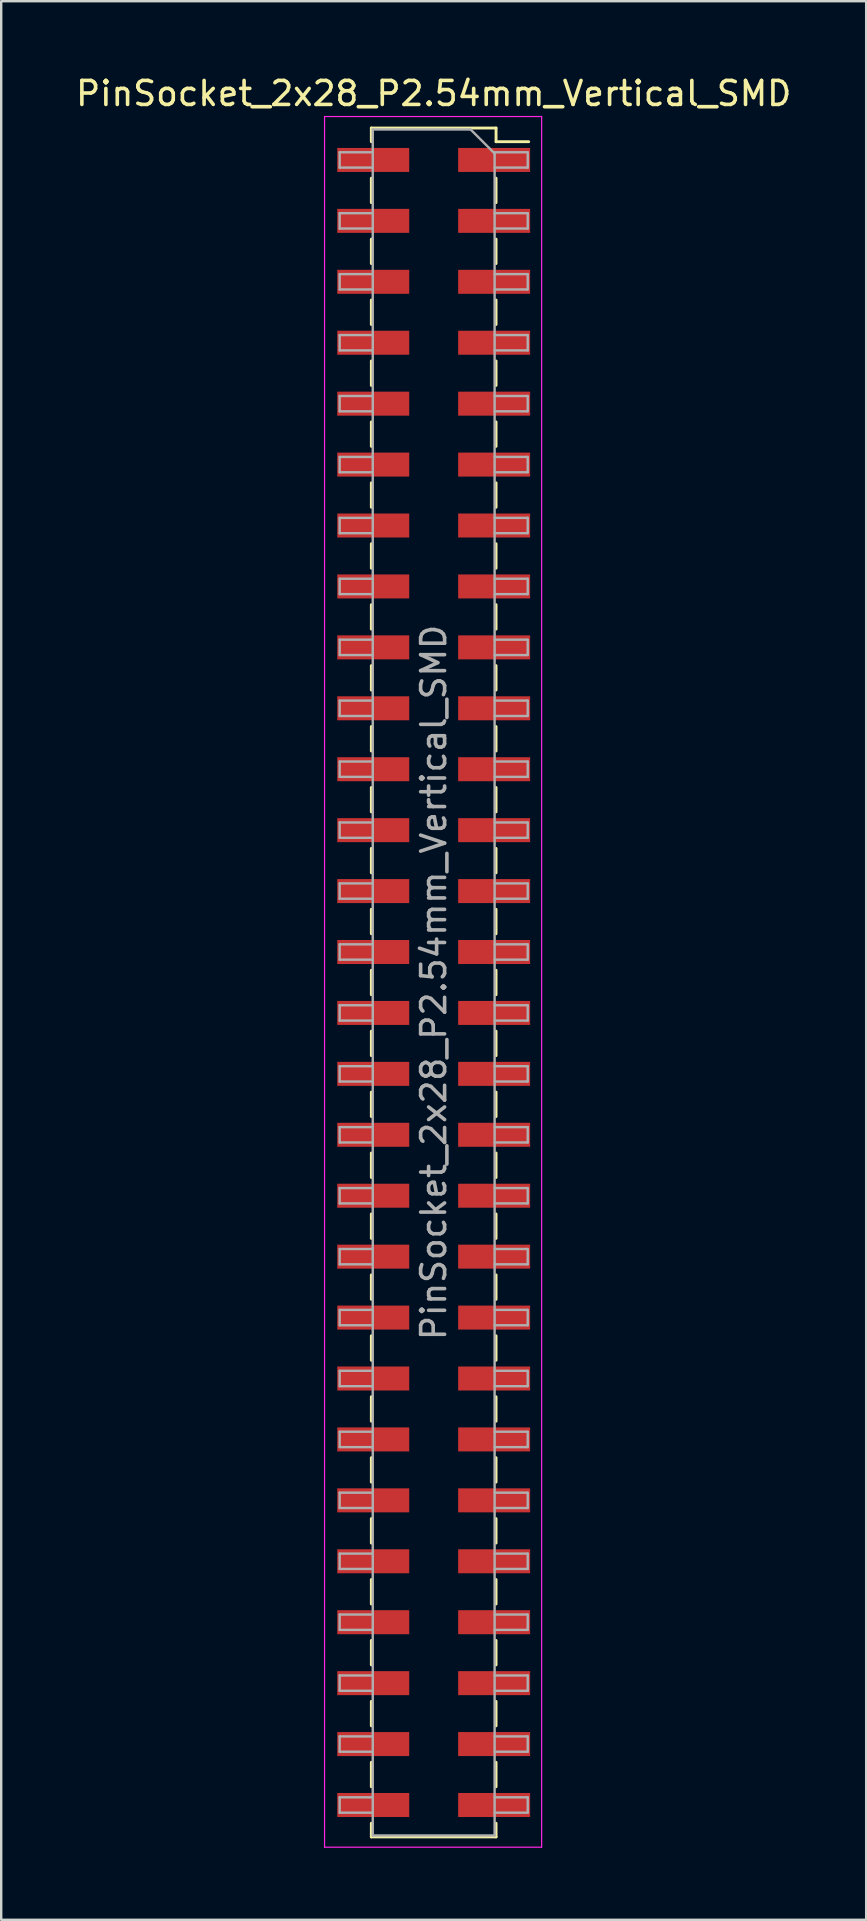
<source format=kicad_pcb>
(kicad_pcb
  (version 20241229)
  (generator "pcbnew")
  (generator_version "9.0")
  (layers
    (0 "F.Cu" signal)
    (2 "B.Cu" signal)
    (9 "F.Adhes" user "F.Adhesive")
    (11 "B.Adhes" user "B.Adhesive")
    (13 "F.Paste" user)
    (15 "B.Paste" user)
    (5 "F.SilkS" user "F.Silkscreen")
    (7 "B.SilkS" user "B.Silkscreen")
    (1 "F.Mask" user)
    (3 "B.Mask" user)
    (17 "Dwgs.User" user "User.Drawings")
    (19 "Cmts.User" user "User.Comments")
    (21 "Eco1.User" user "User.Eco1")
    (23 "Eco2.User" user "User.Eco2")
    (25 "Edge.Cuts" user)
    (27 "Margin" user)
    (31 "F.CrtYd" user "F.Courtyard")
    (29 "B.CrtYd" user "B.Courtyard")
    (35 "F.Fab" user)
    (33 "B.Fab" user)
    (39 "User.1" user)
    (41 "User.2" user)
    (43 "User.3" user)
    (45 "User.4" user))
  (footprint "PinSocket_2x28_P2.54mm_Vertical_SMD"
    (layer "F.Cu")
    (at 15.03 37.908)
    (property "Reference" "PinSocket_2x28_P2.54mm_Vertical_SMD" (at 0 -37.06 0) (layer "F.SilkS") (effects (font (size 1 1) (thickness 0.15))))
    (attr smd)
    (fp_line (start -2.6 -35.62) (end -2.6 -35.05) (stroke (width 0.12) (type solid)) (layer "F.SilkS"))
    (fp_line (start -2.6 -35.62) (end 2.6 -35.62) (stroke (width 0.12) (type solid)) (layer "F.SilkS"))
    (fp_line (start -2.6 -33.53) (end -2.6 -32.51) (stroke (width 0.12) (type solid)) (layer "F.SilkS"))
    (fp_line (start -2.6 -30.99) (end -2.6 -29.97) (stroke (width 0.12) (type solid)) (layer "F.SilkS"))
    (fp_line (start -2.6 -28.45) (end -2.6 -27.43) (stroke (width 0.12) (type solid)) (layer "F.SilkS"))
    (fp_line (start -2.6 -25.91) (end -2.6 -24.89) (stroke (width 0.12) (type solid)) (layer "F.SilkS"))
    (fp_line (start -2.6 -23.37) (end -2.6 -22.35) (stroke (width 0.12) (type solid)) (layer "F.SilkS"))
    (fp_line (start -2.6 -20.83) (end -2.6 -19.81) (stroke (width 0.12) (type solid)) (layer "F.SilkS"))
    (fp_line (start -2.6 -18.29) (end -2.6 -17.27) (stroke (width 0.12) (type solid)) (layer "F.SilkS"))
    (fp_line (start -2.6 -15.75) (end -2.6 -14.73) (stroke (width 0.12) (type solid)) (layer "F.SilkS"))
    (fp_line (start -2.6 -13.21) (end -2.6 -12.19) (stroke (width 0.12) (type solid)) (layer "F.SilkS"))
    (fp_line (start -2.6 -10.67) (end -2.6 -9.65) (stroke (width 0.12) (type solid)) (layer "F.SilkS"))
    (fp_line (start -2.6 -8.13) (end -2.6 -7.11) (stroke (width 0.12) (type solid)) (layer "F.SilkS"))
    (fp_line (start -2.6 -5.59) (end -2.6 -4.57) (stroke (width 0.12) (type solid)) (layer "F.SilkS"))
    (fp_line (start -2.6 -3.05) (end -2.6 -2.03) (stroke (width 0.12) (type solid)) (layer "F.SilkS"))
    (fp_line (start -2.6 -0.51) (end -2.6 0.51) (stroke (width 0.12) (type solid)) (layer "F.SilkS"))
    (fp_line (start -2.6 2.03) (end -2.6 3.05) (stroke (width 0.12) (type solid)) (layer "F.SilkS"))
    (fp_line (start -2.6 4.57) (end -2.6 5.59) (stroke (width 0.12) (type solid)) (layer "F.SilkS"))
    (fp_line (start -2.6 7.11) (end -2.6 8.13) (stroke (width 0.12) (type solid)) (layer "F.SilkS"))
    (fp_line (start -2.6 9.65) (end -2.6 10.67) (stroke (width 0.12) (type solid)) (layer "F.SilkS"))
    (fp_line (start -2.6 12.19) (end -2.6 13.21) (stroke (width 0.12) (type solid)) (layer "F.SilkS"))
    (fp_line (start -2.6 14.73) (end -2.6 15.75) (stroke (width 0.12) (type solid)) (layer "F.SilkS"))
    (fp_line (start -2.6 17.27) (end -2.6 18.29) (stroke (width 0.12) (type solid)) (layer "F.SilkS"))
    (fp_line (start -2.6 19.81) (end -2.6 20.83) (stroke (width 0.12) (type solid)) (layer "F.SilkS"))
    (fp_line (start -2.6 22.35) (end -2.6 23.37) (stroke (width 0.12) (type solid)) (layer "F.SilkS"))
    (fp_line (start -2.6 24.89) (end -2.6 25.91) (stroke (width 0.12) (type solid)) (layer "F.SilkS"))
    (fp_line (start -2.6 27.43) (end -2.6 28.45) (stroke (width 0.12) (type solid)) (layer "F.SilkS"))
    (fp_line (start -2.6 29.97) (end -2.6 30.99) (stroke (width 0.12) (type solid)) (layer "F.SilkS"))
    (fp_line (start -2.6 32.51) (end -2.6 33.53) (stroke (width 0.12) (type solid)) (layer "F.SilkS"))
    (fp_line (start -2.6 35.05) (end -2.6 35.62) (stroke (width 0.12) (type solid)) (layer "F.SilkS"))
    (fp_line (start -2.6 35.62) (end 2.6 35.62) (stroke (width 0.12) (type solid)) (layer "F.SilkS"))
    (fp_line (start 2.6 -35.62) (end 2.6 -35.05) (stroke (width 0.12) (type solid)) (layer "F.SilkS"))
    (fp_line (start 2.6 -35.05) (end 3.96 -35.05) (stroke (width 0.12) (type solid)) (layer "F.SilkS"))
    (fp_line (start 2.6 -33.53) (end 2.6 -32.51) (stroke (width 0.12) (type solid)) (layer "F.SilkS"))
    (fp_line (start 2.6 -30.99) (end 2.6 -29.97) (stroke (width 0.12) (type solid)) (layer "F.SilkS"))
    (fp_line (start 2.6 -28.45) (end 2.6 -27.43) (stroke (width 0.12) (type solid)) (layer "F.SilkS"))
    (fp_line (start 2.6 -25.91) (end 2.6 -24.89) (stroke (width 0.12) (type solid)) (layer "F.SilkS"))
    (fp_line (start 2.6 -23.37) (end 2.6 -22.35) (stroke (width 0.12) (type solid)) (layer "F.SilkS"))
    (fp_line (start 2.6 -20.83) (end 2.6 -19.81) (stroke (width 0.12) (type solid)) (layer "F.SilkS"))
    (fp_line (start 2.6 -18.29) (end 2.6 -17.27) (stroke (width 0.12) (type solid)) (layer "F.SilkS"))
    (fp_line (start 2.6 -15.75) (end 2.6 -14.73) (stroke (width 0.12) (type solid)) (layer "F.SilkS"))
    (fp_line (start 2.6 -13.21) (end 2.6 -12.19) (stroke (width 0.12) (type solid)) (layer "F.SilkS"))
    (fp_line (start 2.6 -10.67) (end 2.6 -9.65) (stroke (width 0.12) (type solid)) (layer "F.SilkS"))
    (fp_line (start 2.6 -8.13) (end 2.6 -7.11) (stroke (width 0.12) (type solid)) (layer "F.SilkS"))
    (fp_line (start 2.6 -5.59) (end 2.6 -4.57) (stroke (width 0.12) (type solid)) (layer "F.SilkS"))
    (fp_line (start 2.6 -3.05) (end 2.6 -2.03) (stroke (width 0.12) (type solid)) (layer "F.SilkS"))
    (fp_line (start 2.6 -0.51) (end 2.6 0.51) (stroke (width 0.12) (type solid)) (layer "F.SilkS"))
    (fp_line (start 2.6 2.03) (end 2.6 3.05) (stroke (width 0.12) (type solid)) (layer "F.SilkS"))
    (fp_line (start 2.6 4.57) (end 2.6 5.59) (stroke (width 0.12) (type solid)) (layer "F.SilkS"))
    (fp_line (start 2.6 7.11) (end 2.6 8.13) (stroke (width 0.12) (type solid)) (layer "F.SilkS"))
    (fp_line (start 2.6 9.65) (end 2.6 10.67) (stroke (width 0.12) (type solid)) (layer "F.SilkS"))
    (fp_line (start 2.6 12.19) (end 2.6 13.21) (stroke (width 0.12) (type solid)) (layer "F.SilkS"))
    (fp_line (start 2.6 14.73) (end 2.6 15.75) (stroke (width 0.12) (type solid)) (layer "F.SilkS"))
    (fp_line (start 2.6 17.27) (end 2.6 18.29) (stroke (width 0.12) (type solid)) (layer "F.SilkS"))
    (fp_line (start 2.6 19.81) (end 2.6 20.83) (stroke (width 0.12) (type solid)) (layer "F.SilkS"))
    (fp_line (start 2.6 22.35) (end 2.6 23.37) (stroke (width 0.12) (type solid)) (layer "F.SilkS"))
    (fp_line (start 2.6 24.89) (end 2.6 25.91) (stroke (width 0.12) (type solid)) (layer "F.SilkS"))
    (fp_line (start 2.6 27.43) (end 2.6 28.45) (stroke (width 0.12) (type solid)) (layer "F.SilkS"))
    (fp_line (start 2.6 29.97) (end 2.6 30.99) (stroke (width 0.12) (type solid)) (layer "F.SilkS"))
    (fp_line (start 2.6 32.51) (end 2.6 33.53) (stroke (width 0.12) (type solid)) (layer "F.SilkS"))
    (fp_line (start 2.6 35.05) (end 2.6 35.62) (stroke (width 0.12) (type solid)) (layer "F.SilkS"))
    (fp_line (start -4.55 -36.1) (end 4.5 -36.1) (stroke (width 0.05) (type solid)) (layer "F.CrtYd"))
    (fp_line (start -4.55 36.05) (end -4.55 -36.1) (stroke (width 0.05) (type solid)) (layer "F.CrtYd"))
    (fp_line (start 4.5 -36.1) (end 4.5 36.05) (stroke (width 0.05) (type solid)) (layer "F.CrtYd"))
    (fp_line (start 4.5 36.05) (end -4.55 36.05) (stroke (width 0.05) (type solid)) (layer "F.CrtYd"))
    (fp_line (start -3.92 -34.61) (end -2.54 -34.61) (stroke (width 0.1) (type solid)) (layer "F.Fab"))
    (fp_line (start -3.92 -33.97) (end -3.92 -34.61) (stroke (width 0.1) (type solid)) (layer "F.Fab"))
    (fp_line (start -3.92 -32.07) (end -2.54 -32.07) (stroke (width 0.1) (type solid)) (layer "F.Fab"))
    (fp_line (start -3.92 -31.43) (end -3.92 -32.07) (stroke (width 0.1) (type solid)) (layer "F.Fab"))
    (fp_line (start -3.92 -29.53) (end -2.54 -29.53) (stroke (width 0.1) (type solid)) (layer "F.Fab"))
    (fp_line (start -3.92 -28.89) (end -3.92 -29.53) (stroke (width 0.1) (type solid)) (layer "F.Fab"))
    (fp_line (start -3.92 -26.99) (end -2.54 -26.99) (stroke (width 0.1) (type solid)) (layer "F.Fab"))
    (fp_line (start -3.92 -26.35) (end -3.92 -26.99) (stroke (width 0.1) (type solid)) (layer "F.Fab"))
    (fp_line (start -3.92 -24.45) (end -2.54 -24.45) (stroke (width 0.1) (type solid)) (layer "F.Fab"))
    (fp_line (start -3.92 -23.81) (end -3.92 -24.45) (stroke (width 0.1) (type solid)) (layer "F.Fab"))
    (fp_line (start -3.92 -21.91) (end -2.54 -21.91) (stroke (width 0.1) (type solid)) (layer "F.Fab"))
    (fp_line (start -3.92 -21.27) (end -3.92 -21.91) (stroke (width 0.1) (type solid)) (layer "F.Fab"))
    (fp_line (start -3.92 -19.37) (end -2.54 -19.37) (stroke (width 0.1) (type solid)) (layer "F.Fab"))
    (fp_line (start -3.92 -18.73) (end -3.92 -19.37) (stroke (width 0.1) (type solid)) (layer "F.Fab"))
    (fp_line (start -3.92 -16.83) (end -2.54 -16.83) (stroke (width 0.1) (type solid)) (layer "F.Fab"))
    (fp_line (start -3.92 -16.19) (end -3.92 -16.83) (stroke (width 0.1) (type solid)) (layer "F.Fab"))
    (fp_line (start -3.92 -14.29) (end -2.54 -14.29) (stroke (width 0.1) (type solid)) (layer "F.Fab"))
    (fp_line (start -3.92 -13.65) (end -3.92 -14.29) (stroke (width 0.1) (type solid)) (layer "F.Fab"))
    (fp_line (start -3.92 -11.75) (end -2.54 -11.75) (stroke (width 0.1) (type solid)) (layer "F.Fab"))
    (fp_line (start -3.92 -11.11) (end -3.92 -11.75) (stroke (width 0.1) (type solid)) (layer "F.Fab"))
    (fp_line (start -3.92 -9.21) (end -2.54 -9.21) (stroke (width 0.1) (type solid)) (layer "F.Fab"))
    (fp_line (start -3.92 -8.57) (end -3.92 -9.21) (stroke (width 0.1) (type solid)) (layer "F.Fab"))
    (fp_line (start -3.92 -6.67) (end -2.54 -6.67) (stroke (width 0.1) (type solid)) (layer "F.Fab"))
    (fp_line (start -3.92 -6.03) (end -3.92 -6.67) (stroke (width 0.1) (type solid)) (layer "F.Fab"))
    (fp_line (start -3.92 -4.13) (end -2.54 -4.13) (stroke (width 0.1) (type solid)) (layer "F.Fab"))
    (fp_line (start -3.92 -3.49) (end -3.92 -4.13) (stroke (width 0.1) (type solid)) (layer "F.Fab"))
    (fp_line (start -3.92 -1.59) (end -2.54 -1.59) (stroke (width 0.1) (type solid)) (layer "F.Fab"))
    (fp_line (start -3.92 -0.95) (end -3.92 -1.59) (stroke (width 0.1) (type solid)) (layer "F.Fab"))
    (fp_line (start -3.92 0.95) (end -2.54 0.95) (stroke (width 0.1) (type solid)) (layer "F.Fab"))
    (fp_line (start -3.92 1.59) (end -3.92 0.95) (stroke (width 0.1) (type solid)) (layer "F.Fab"))
    (fp_line (start -3.92 3.49) (end -2.54 3.49) (stroke (width 0.1) (type solid)) (layer "F.Fab"))
    (fp_line (start -3.92 4.13) (end -3.92 3.49) (stroke (width 0.1) (type solid)) (layer "F.Fab"))
    (fp_line (start -3.92 6.03) (end -2.54 6.03) (stroke (width 0.1) (type solid)) (layer "F.Fab"))
    (fp_line (start -3.92 6.67) (end -3.92 6.03) (stroke (width 0.1) (type solid)) (layer "F.Fab"))
    (fp_line (start -3.92 8.57) (end -2.54 8.57) (stroke (width 0.1) (type solid)) (layer "F.Fab"))
    (fp_line (start -3.92 9.21) (end -3.92 8.57) (stroke (width 0.1) (type solid)) (layer "F.Fab"))
    (fp_line (start -3.92 11.11) (end -2.54 11.11) (stroke (width 0.1) (type solid)) (layer "F.Fab"))
    (fp_line (start -3.92 11.75) (end -3.92 11.11) (stroke (width 0.1) (type solid)) (layer "F.Fab"))
    (fp_line (start -3.92 13.65) (end -2.54 13.65) (stroke (width 0.1) (type solid)) (layer "F.Fab"))
    (fp_line (start -3.92 14.29) (end -3.92 13.65) (stroke (width 0.1) (type solid)) (layer "F.Fab"))
    (fp_line (start -3.92 16.19) (end -2.54 16.19) (stroke (width 0.1) (type solid)) (layer "F.Fab"))
    (fp_line (start -3.92 16.83) (end -3.92 16.19) (stroke (width 0.1) (type solid)) (layer "F.Fab"))
    (fp_line (start -3.92 18.73) (end -2.54 18.73) (stroke (width 0.1) (type solid)) (layer "F.Fab"))
    (fp_line (start -3.92 19.37) (end -3.92 18.73) (stroke (width 0.1) (type solid)) (layer "F.Fab"))
    (fp_line (start -3.92 21.27) (end -2.54 21.27) (stroke (width 0.1) (type solid)) (layer "F.Fab"))
    (fp_line (start -3.92 21.91) (end -3.92 21.27) (stroke (width 0.1) (type solid)) (layer "F.Fab"))
    (fp_line (start -3.92 23.81) (end -2.54 23.81) (stroke (width 0.1) (type solid)) (layer "F.Fab"))
    (fp_line (start -3.92 24.45) (end -3.92 23.81) (stroke (width 0.1) (type solid)) (layer "F.Fab"))
    (fp_line (start -3.92 26.35) (end -2.54 26.35) (stroke (width 0.1) (type solid)) (layer "F.Fab"))
    (fp_line (start -3.92 26.99) (end -3.92 26.35) (stroke (width 0.1) (type solid)) (layer "F.Fab"))
    (fp_line (start -3.92 28.89) (end -2.54 28.89) (stroke (width 0.1) (type solid)) (layer "F.Fab"))
    (fp_line (start -3.92 29.53) (end -3.92 28.89) (stroke (width 0.1) (type solid)) (layer "F.Fab"))
    (fp_line (start -3.92 31.43) (end -2.54 31.43) (stroke (width 0.1) (type solid)) (layer "F.Fab"))
    (fp_line (start -3.92 32.07) (end -3.92 31.43) (stroke (width 0.1) (type solid)) (layer "F.Fab"))
    (fp_line (start -3.92 33.97) (end -2.54 33.97) (stroke (width 0.1) (type solid)) (layer "F.Fab"))
    (fp_line (start -3.92 34.61) (end -3.92 33.97) (stroke (width 0.1) (type solid)) (layer "F.Fab"))
    (fp_line (start -2.54 -35.56) (end 1.54 -35.56) (stroke (width 0.1) (type solid)) (layer "F.Fab"))
    (fp_line (start -2.54 -33.97) (end -3.92 -33.97) (stroke (width 0.1) (type solid)) (layer "F.Fab"))
    (fp_line (start -2.54 -31.43) (end -3.92 -31.43) (stroke (width 0.1) (type solid)) (layer "F.Fab"))
    (fp_line (start -2.54 -28.89) (end -3.92 -28.89) (stroke (width 0.1) (type solid)) (layer "F.Fab"))
    (fp_line (start -2.54 -26.35) (end -3.92 -26.35) (stroke (width 0.1) (type solid)) (layer "F.Fab"))
    (fp_line (start -2.54 -23.81) (end -3.92 -23.81) (stroke (width 0.1) (type solid)) (layer "F.Fab"))
    (fp_line (start -2.54 -21.27) (end -3.92 -21.27) (stroke (width 0.1) (type solid)) (layer "F.Fab"))
    (fp_line (start -2.54 -18.73) (end -3.92 -18.73) (stroke (width 0.1) (type solid)) (layer "F.Fab"))
    (fp_line (start -2.54 -16.19) (end -3.92 -16.19) (stroke (width 0.1) (type solid)) (layer "F.Fab"))
    (fp_line (start -2.54 -13.65) (end -3.92 -13.65) (stroke (width 0.1) (type solid)) (layer "F.Fab"))
    (fp_line (start -2.54 -11.11) (end -3.92 -11.11) (stroke (width 0.1) (type solid)) (layer "F.Fab"))
    (fp_line (start -2.54 -8.57) (end -3.92 -8.57) (stroke (width 0.1) (type solid)) (layer "F.Fab"))
    (fp_line (start -2.54 -6.03) (end -3.92 -6.03) (stroke (width 0.1) (type solid)) (layer "F.Fab"))
    (fp_line (start -2.54 -3.49) (end -3.92 -3.49) (stroke (width 0.1) (type solid)) (layer "F.Fab"))
    (fp_line (start -2.54 -0.95) (end -3.92 -0.95) (stroke (width 0.1) (type solid)) (layer "F.Fab"))
    (fp_line (start -2.54 1.59) (end -3.92 1.59) (stroke (width 0.1) (type solid)) (layer "F.Fab"))
    (fp_line (start -2.54 4.13) (end -3.92 4.13) (stroke (width 0.1) (type solid)) (layer "F.Fab"))
    (fp_line (start -2.54 6.67) (end -3.92 6.67) (stroke (width 0.1) (type solid)) (layer "F.Fab"))
    (fp_line (start -2.54 9.21) (end -3.92 9.21) (stroke (width 0.1) (type solid)) (layer "F.Fab"))
    (fp_line (start -2.54 11.75) (end -3.92 11.75) (stroke (width 0.1) (type solid)) (layer "F.Fab"))
    (fp_line (start -2.54 14.29) (end -3.92 14.29) (stroke (width 0.1) (type solid)) (layer "F.Fab"))
    (fp_line (start -2.54 16.83) (end -3.92 16.83) (stroke (width 0.1) (type solid)) (layer "F.Fab"))
    (fp_line (start -2.54 19.37) (end -3.92 19.37) (stroke (width 0.1) (type solid)) (layer "F.Fab"))
    (fp_line (start -2.54 21.91) (end -3.92 21.91) (stroke (width 0.1) (type solid)) (layer "F.Fab"))
    (fp_line (start -2.54 24.45) (end -3.92 24.45) (stroke (width 0.1) (type solid)) (layer "F.Fab"))
    (fp_line (start -2.54 26.99) (end -3.92 26.99) (stroke (width 0.1) (type solid)) (layer "F.Fab"))
    (fp_line (start -2.54 29.53) (end -3.92 29.53) (stroke (width 0.1) (type solid)) (layer "F.Fab"))
    (fp_line (start -2.54 32.07) (end -3.92 32.07) (stroke (width 0.1) (type solid)) (layer "F.Fab"))
    (fp_line (start -2.54 34.61) (end -3.92 34.61) (stroke (width 0.1) (type solid)) (layer "F.Fab"))
    (fp_line (start -2.54 35.56) (end -2.54 -35.56) (stroke (width 0.1) (type solid)) (layer "F.Fab"))
    (fp_line (start 1.54 -35.56) (end 2.54 -34.56) (stroke (width 0.1) (type solid)) (layer "F.Fab"))
    (fp_line (start 2.54 -34.61) (end 3.92 -34.61) (stroke (width 0.1) (type solid)) (layer "F.Fab"))
    (fp_line (start 2.54 -34.56) (end 2.54 35.56) (stroke (width 0.1) (type solid)) (layer "F.Fab"))
    (fp_line (start 2.54 -32.07) (end 3.92 -32.07) (stroke (width 0.1) (type solid)) (layer "F.Fab"))
    (fp_line (start 2.54 -29.53) (end 3.92 -29.53) (stroke (width 0.1) (type solid)) (layer "F.Fab"))
    (fp_line (start 2.54 -26.99) (end 3.92 -26.99) (stroke (width 0.1) (type solid)) (layer "F.Fab"))
    (fp_line (start 2.54 -24.45) (end 3.92 -24.45) (stroke (width 0.1) (type solid)) (layer "F.Fab"))
    (fp_line (start 2.54 -21.91) (end 3.92 -21.91) (stroke (width 0.1) (type solid)) (layer "F.Fab"))
    (fp_line (start 2.54 -19.37) (end 3.92 -19.37) (stroke (width 0.1) (type solid)) (layer "F.Fab"))
    (fp_line (start 2.54 -16.83) (end 3.92 -16.83) (stroke (width 0.1) (type solid)) (layer "F.Fab"))
    (fp_line (start 2.54 -14.29) (end 3.92 -14.29) (stroke (width 0.1) (type solid)) (layer "F.Fab"))
    (fp_line (start 2.54 -11.75) (end 3.92 -11.75) (stroke (width 0.1) (type solid)) (layer "F.Fab"))
    (fp_line (start 2.54 -9.21) (end 3.92 -9.21) (stroke (width 0.1) (type solid)) (layer "F.Fab"))
    (fp_line (start 2.54 -6.67) (end 3.92 -6.67) (stroke (width 0.1) (type solid)) (layer "F.Fab"))
    (fp_line (start 2.54 -4.13) (end 3.92 -4.13) (stroke (width 0.1) (type solid)) (layer "F.Fab"))
    (fp_line (start 2.54 -1.59) (end 3.92 -1.59) (stroke (width 0.1) (type solid)) (layer "F.Fab"))
    (fp_line (start 2.54 0.95) (end 3.92 0.95) (stroke (width 0.1) (type solid)) (layer "F.Fab"))
    (fp_line (start 2.54 3.49) (end 3.92 3.49) (stroke (width 0.1) (type solid)) (layer "F.Fab"))
    (fp_line (start 2.54 6.03) (end 3.92 6.03) (stroke (width 0.1) (type solid)) (layer "F.Fab"))
    (fp_line (start 2.54 8.57) (end 3.92 8.57) (stroke (width 0.1) (type solid)) (layer "F.Fab"))
    (fp_line (start 2.54 11.11) (end 3.92 11.11) (stroke (width 0.1) (type solid)) (layer "F.Fab"))
    (fp_line (start 2.54 13.65) (end 3.92 13.65) (stroke (width 0.1) (type solid)) (layer "F.Fab"))
    (fp_line (start 2.54 16.19) (end 3.92 16.19) (stroke (width 0.1) (type solid)) (layer "F.Fab"))
    (fp_line (start 2.54 18.73) (end 3.92 18.73) (stroke (width 0.1) (type solid)) (layer "F.Fab"))
    (fp_line (start 2.54 21.27) (end 3.92 21.27) (stroke (width 0.1) (type solid)) (layer "F.Fab"))
    (fp_line (start 2.54 23.81) (end 3.92 23.81) (stroke (width 0.1) (type solid)) (layer "F.Fab"))
    (fp_line (start 2.54 26.35) (end 3.92 26.35) (stroke (width 0.1) (type solid)) (layer "F.Fab"))
    (fp_line (start 2.54 28.89) (end 3.92 28.89) (stroke (width 0.1) (type solid)) (layer "F.Fab"))
    (fp_line (start 2.54 31.43) (end 3.92 31.43) (stroke (width 0.1) (type solid)) (layer "F.Fab"))
    (fp_line (start 2.54 33.97) (end 3.92 33.97) (stroke (width 0.1) (type solid)) (layer "F.Fab"))
    (fp_line (start 2.54 35.56) (end -2.54 35.56) (stroke (width 0.1) (type solid)) (layer "F.Fab"))
    (fp_line (start 3.92 -34.61) (end 3.92 -33.97) (stroke (width 0.1) (type solid)) (layer "F.Fab"))
    (fp_line (start 3.92 -33.97) (end 2.54 -33.97) (stroke (width 0.1) (type solid)) (layer "F.Fab"))
    (fp_line (start 3.92 -32.07) (end 3.92 -31.43) (stroke (width 0.1) (type solid)) (layer "F.Fab"))
    (fp_line (start 3.92 -31.43) (end 2.54 -31.43) (stroke (width 0.1) (type solid)) (layer "F.Fab"))
    (fp_line (start 3.92 -29.53) (end 3.92 -28.89) (stroke (width 0.1) (type solid)) (layer "F.Fab"))
    (fp_line (start 3.92 -28.89) (end 2.54 -28.89) (stroke (width 0.1) (type solid)) (layer "F.Fab"))
    (fp_line (start 3.92 -26.99) (end 3.92 -26.35) (stroke (width 0.1) (type solid)) (layer "F.Fab"))
    (fp_line (start 3.92 -26.35) (end 2.54 -26.35) (stroke (width 0.1) (type solid)) (layer "F.Fab"))
    (fp_line (start 3.92 -24.45) (end 3.92 -23.81) (stroke (width 0.1) (type solid)) (layer "F.Fab"))
    (fp_line (start 3.92 -23.81) (end 2.54 -23.81) (stroke (width 0.1) (type solid)) (layer "F.Fab"))
    (fp_line (start 3.92 -21.91) (end 3.92 -21.27) (stroke (width 0.1) (type solid)) (layer "F.Fab"))
    (fp_line (start 3.92 -21.27) (end 2.54 -21.27) (stroke (width 0.1) (type solid)) (layer "F.Fab"))
    (fp_line (start 3.92 -19.37) (end 3.92 -18.73) (stroke (width 0.1) (type solid)) (layer "F.Fab"))
    (fp_line (start 3.92 -18.73) (end 2.54 -18.73) (stroke (width 0.1) (type solid)) (layer "F.Fab"))
    (fp_line (start 3.92 -16.83) (end 3.92 -16.19) (stroke (width 0.1) (type solid)) (layer "F.Fab"))
    (fp_line (start 3.92 -16.19) (end 2.54 -16.19) (stroke (width 0.1) (type solid)) (layer "F.Fab"))
    (fp_line (start 3.92 -14.29) (end 3.92 -13.65) (stroke (width 0.1) (type solid)) (layer "F.Fab"))
    (fp_line (start 3.92 -13.65) (end 2.54 -13.65) (stroke (width 0.1) (type solid)) (layer "F.Fab"))
    (fp_line (start 3.92 -11.75) (end 3.92 -11.11) (stroke (width 0.1) (type solid)) (layer "F.Fab"))
    (fp_line (start 3.92 -11.11) (end 2.54 -11.11) (stroke (width 0.1) (type solid)) (layer "F.Fab"))
    (fp_line (start 3.92 -9.21) (end 3.92 -8.57) (stroke (width 0.1) (type solid)) (layer "F.Fab"))
    (fp_line (start 3.92 -8.57) (end 2.54 -8.57) (stroke (width 0.1) (type solid)) (layer "F.Fab"))
    (fp_line (start 3.92 -6.67) (end 3.92 -6.03) (stroke (width 0.1) (type solid)) (layer "F.Fab"))
    (fp_line (start 3.92 -6.03) (end 2.54 -6.03) (stroke (width 0.1) (type solid)) (layer "F.Fab"))
    (fp_line (start 3.92 -4.13) (end 3.92 -3.49) (stroke (width 0.1) (type solid)) (layer "F.Fab"))
    (fp_line (start 3.92 -3.49) (end 2.54 -3.49) (stroke (width 0.1) (type solid)) (layer "F.Fab"))
    (fp_line (start 3.92 -1.59) (end 3.92 -0.95) (stroke (width 0.1) (type solid)) (layer "F.Fab"))
    (fp_line (start 3.92 -0.95) (end 2.54 -0.95) (stroke (width 0.1) (type solid)) (layer "F.Fab"))
    (fp_line (start 3.92 0.95) (end 3.92 1.59) (stroke (width 0.1) (type solid)) (layer "F.Fab"))
    (fp_line (start 3.92 1.59) (end 2.54 1.59) (stroke (width 0.1) (type solid)) (layer "F.Fab"))
    (fp_line (start 3.92 3.49) (end 3.92 4.13) (stroke (width 0.1) (type solid)) (layer "F.Fab"))
    (fp_line (start 3.92 4.13) (end 2.54 4.13) (stroke (width 0.1) (type solid)) (layer "F.Fab"))
    (fp_line (start 3.92 6.03) (end 3.92 6.67) (stroke (width 0.1) (type solid)) (layer "F.Fab"))
    (fp_line (start 3.92 6.67) (end 2.54 6.67) (stroke (width 0.1) (type solid)) (layer "F.Fab"))
    (fp_line (start 3.92 8.57) (end 3.92 9.21) (stroke (width 0.1) (type solid)) (layer "F.Fab"))
    (fp_line (start 3.92 9.21) (end 2.54 9.21) (stroke (width 0.1) (type solid)) (layer "F.Fab"))
    (fp_line (start 3.92 11.11) (end 3.92 11.75) (stroke (width 0.1) (type solid)) (layer "F.Fab"))
    (fp_line (start 3.92 11.75) (end 2.54 11.75) (stroke (width 0.1) (type solid)) (layer "F.Fab"))
    (fp_line (start 3.92 13.65) (end 3.92 14.29) (stroke (width 0.1) (type solid)) (layer "F.Fab"))
    (fp_line (start 3.92 14.29) (end 2.54 14.29) (stroke (width 0.1) (type solid)) (layer "F.Fab"))
    (fp_line (start 3.92 16.19) (end 3.92 16.83) (stroke (width 0.1) (type solid)) (layer "F.Fab"))
    (fp_line (start 3.92 16.83) (end 2.54 16.83) (stroke (width 0.1) (type solid)) (layer "F.Fab"))
    (fp_line (start 3.92 18.73) (end 3.92 19.37) (stroke (width 0.1) (type solid)) (layer "F.Fab"))
    (fp_line (start 3.92 19.37) (end 2.54 19.37) (stroke (width 0.1) (type solid)) (layer "F.Fab"))
    (fp_line (start 3.92 21.27) (end 3.92 21.91) (stroke (width 0.1) (type solid)) (layer "F.Fab"))
    (fp_line (start 3.92 21.91) (end 2.54 21.91) (stroke (width 0.1) (type solid)) (layer "F.Fab"))
    (fp_line (start 3.92 23.81) (end 3.92 24.45) (stroke (width 0.1) (type solid)) (layer "F.Fab"))
    (fp_line (start 3.92 24.45) (end 2.54 24.45) (stroke (width 0.1) (type solid)) (layer "F.Fab"))
    (fp_line (start 3.92 26.35) (end 3.92 26.99) (stroke (width 0.1) (type solid)) (layer "F.Fab"))
    (fp_line (start 3.92 26.99) (end 2.54 26.99) (stroke (width 0.1) (type solid)) (layer "F.Fab"))
    (fp_line (start 3.92 28.89) (end 3.92 29.53) (stroke (width 0.1) (type solid)) (layer "F.Fab"))
    (fp_line (start 3.92 29.53) (end 2.54 29.53) (stroke (width 0.1) (type solid)) (layer "F.Fab"))
    (fp_line (start 3.92 31.43) (end 3.92 32.07) (stroke (width 0.1) (type solid)) (layer "F.Fab"))
    (fp_line (start 3.92 32.07) (end 2.54 32.07) (stroke (width 0.1) (type solid)) (layer "F.Fab"))
    (fp_line (start 3.92 33.97) (end 3.92 34.61) (stroke (width 0.1) (type solid)) (layer "F.Fab"))
    (fp_line (start 3.92 34.61) (end 2.54 34.61) (stroke (width 0.1) (type solid)) (layer "F.Fab"))
    (fp_text user "${REFERENCE}" (at 0 0 90) (layer "F.Fab") (effects (font (size 1 1) (thickness 0.15))))
    (pad "1" smd rect (at 2.52 -34.29) (size 3 1) (layers "F.Cu" "F.Mask" "F.Paste"))
    (pad "2" smd rect (at -2.52 -34.29) (size 3 1) (layers "F.Cu" "F.Mask" "F.Paste"))
    (pad "3" smd rect (at 2.52 -31.75) (size 3 1) (layers "F.Cu" "F.Mask" "F.Paste"))
    (pad "4" smd rect (at -2.52 -31.75) (size 3 1) (layers "F.Cu" "F.Mask" "F.Paste"))
    (pad "5" smd rect (at 2.52 -29.21) (size 3 1) (layers "F.Cu" "F.Mask" "F.Paste"))
    (pad "6" smd rect (at -2.52 -29.21) (size 3 1) (layers "F.Cu" "F.Mask" "F.Paste"))
    (pad "7" smd rect (at 2.52 -26.67) (size 3 1) (layers "F.Cu" "F.Mask" "F.Paste"))
    (pad "8" smd rect (at -2.52 -26.67) (size 3 1) (layers "F.Cu" "F.Mask" "F.Paste"))
    (pad "9" smd rect (at 2.52 -24.13) (size 3 1) (layers "F.Cu" "F.Mask" "F.Paste"))
    (pad "10" smd rect (at -2.52 -24.13) (size 3 1) (layers "F.Cu" "F.Mask" "F.Paste"))
    (pad "11" smd rect (at 2.52 -21.59) (size 3 1) (layers "F.Cu" "F.Mask" "F.Paste"))
    (pad "12" smd rect (at -2.52 -21.59) (size 3 1) (layers "F.Cu" "F.Mask" "F.Paste"))
    (pad "13" smd rect (at 2.52 -19.05) (size 3 1) (layers "F.Cu" "F.Mask" "F.Paste"))
    (pad "14" smd rect (at -2.52 -19.05) (size 3 1) (layers "F.Cu" "F.Mask" "F.Paste"))
    (pad "15" smd rect (at 2.52 -16.51) (size 3 1) (layers "F.Cu" "F.Mask" "F.Paste"))
    (pad "16" smd rect (at -2.52 -16.51) (size 3 1) (layers "F.Cu" "F.Mask" "F.Paste"))
    (pad "17" smd rect (at 2.52 -13.97) (size 3 1) (layers "F.Cu" "F.Mask" "F.Paste"))
    (pad "18" smd rect (at -2.52 -13.97) (size 3 1) (layers "F.Cu" "F.Mask" "F.Paste"))
    (pad "19" smd rect (at 2.52 -11.43) (size 3 1) (layers "F.Cu" "F.Mask" "F.Paste"))
    (pad "20" smd rect (at -2.52 -11.43) (size 3 1) (layers "F.Cu" "F.Mask" "F.Paste"))
    (pad "21" smd rect (at 2.52 -8.89) (size 3 1) (layers "F.Cu" "F.Mask" "F.Paste"))
    (pad "22" smd rect (at -2.52 -8.89) (size 3 1) (layers "F.Cu" "F.Mask" "F.Paste"))
    (pad "23" smd rect (at 2.52 -6.35) (size 3 1) (layers "F.Cu" "F.Mask" "F.Paste"))
    (pad "24" smd rect (at -2.52 -6.35) (size 3 1) (layers "F.Cu" "F.Mask" "F.Paste"))
    (pad "25" smd rect (at 2.52 -3.81) (size 3 1) (layers "F.Cu" "F.Mask" "F.Paste"))
    (pad "26" smd rect (at -2.52 -3.81) (size 3 1) (layers "F.Cu" "F.Mask" "F.Paste"))
    (pad "27" smd rect (at 2.52 -1.27) (size 3 1) (layers "F.Cu" "F.Mask" "F.Paste"))
    (pad "28" smd rect (at -2.52 -1.27) (size 3 1) (layers "F.Cu" "F.Mask" "F.Paste"))
    (pad "29" smd rect (at 2.52 1.27) (size 3 1) (layers "F.Cu" "F.Mask" "F.Paste"))
    (pad "30" smd rect (at -2.52 1.27) (size 3 1) (layers "F.Cu" "F.Mask" "F.Paste"))
    (pad "31" smd rect (at 2.52 3.81) (size 3 1) (layers "F.Cu" "F.Mask" "F.Paste"))
    (pad "32" smd rect (at -2.52 3.81) (size 3 1) (layers "F.Cu" "F.Mask" "F.Paste"))
    (pad "33" smd rect (at 2.52 6.35) (size 3 1) (layers "F.Cu" "F.Mask" "F.Paste"))
    (pad "34" smd rect (at -2.52 6.35) (size 3 1) (layers "F.Cu" "F.Mask" "F.Paste"))
    (pad "35" smd rect (at 2.52 8.89) (size 3 1) (layers "F.Cu" "F.Mask" "F.Paste"))
    (pad "36" smd rect (at -2.52 8.89) (size 3 1) (layers "F.Cu" "F.Mask" "F.Paste"))
    (pad "37" smd rect (at 2.52 11.43) (size 3 1) (layers "F.Cu" "F.Mask" "F.Paste"))
    (pad "38" smd rect (at -2.52 11.43) (size 3 1) (layers "F.Cu" "F.Mask" "F.Paste"))
    (pad "39" smd rect (at 2.52 13.97) (size 3 1) (layers "F.Cu" "F.Mask" "F.Paste"))
    (pad "40" smd rect (at -2.52 13.97) (size 3 1) (layers "F.Cu" "F.Mask" "F.Paste"))
    (pad "41" smd rect (at 2.52 16.51) (size 3 1) (layers "F.Cu" "F.Mask" "F.Paste"))
    (pad "42" smd rect (at -2.52 16.51) (size 3 1) (layers "F.Cu" "F.Mask" "F.Paste"))
    (pad "43" smd rect (at 2.52 19.05) (size 3 1) (layers "F.Cu" "F.Mask" "F.Paste"))
    (pad "44" smd rect (at -2.52 19.05) (size 3 1) (layers "F.Cu" "F.Mask" "F.Paste"))
    (pad "45" smd rect (at 2.52 21.59) (size 3 1) (layers "F.Cu" "F.Mask" "F.Paste"))
    (pad "46" smd rect (at -2.52 21.59) (size 3 1) (layers "F.Cu" "F.Mask" "F.Paste"))
    (pad "47" smd rect (at 2.52 24.13) (size 3 1) (layers "F.Cu" "F.Mask" "F.Paste"))
    (pad "48" smd rect (at -2.52 24.13) (size 3 1) (layers "F.Cu" "F.Mask" "F.Paste"))
    (pad "49" smd rect (at 2.52 26.67) (size 3 1) (layers "F.Cu" "F.Mask" "F.Paste"))
    (pad "50" smd rect (at -2.52 26.67) (size 3 1) (layers "F.Cu" "F.Mask" "F.Paste"))
    (pad "51" smd rect (at 2.52 29.21) (size 3 1) (layers "F.Cu" "F.Mask" "F.Paste"))
    (pad "52" smd rect (at -2.52 29.21) (size 3 1) (layers "F.Cu" "F.Mask" "F.Paste"))
    (pad "53" smd rect (at 2.52 31.75) (size 3 1) (layers "F.Cu" "F.Mask" "F.Paste"))
    (pad "54" smd rect (at -2.52 31.75) (size 3 1) (layers "F.Cu" "F.Mask" "F.Paste"))
    (pad "55" smd rect (at 2.52 34.29) (size 3 1) (layers "F.Cu" "F.Mask" "F.Paste"))
    (pad "56" smd rect (at -2.52 34.29) (size 3 1) (layers "F.Cu" "F.Mask" "F.Paste")))
  (gr_rect
    (start -3 -3)
    (end 33.06 76.983)
    (stroke (width 0.1) (type default))
    (fill no)
    (layer "Edge.Cuts")))
</source>
